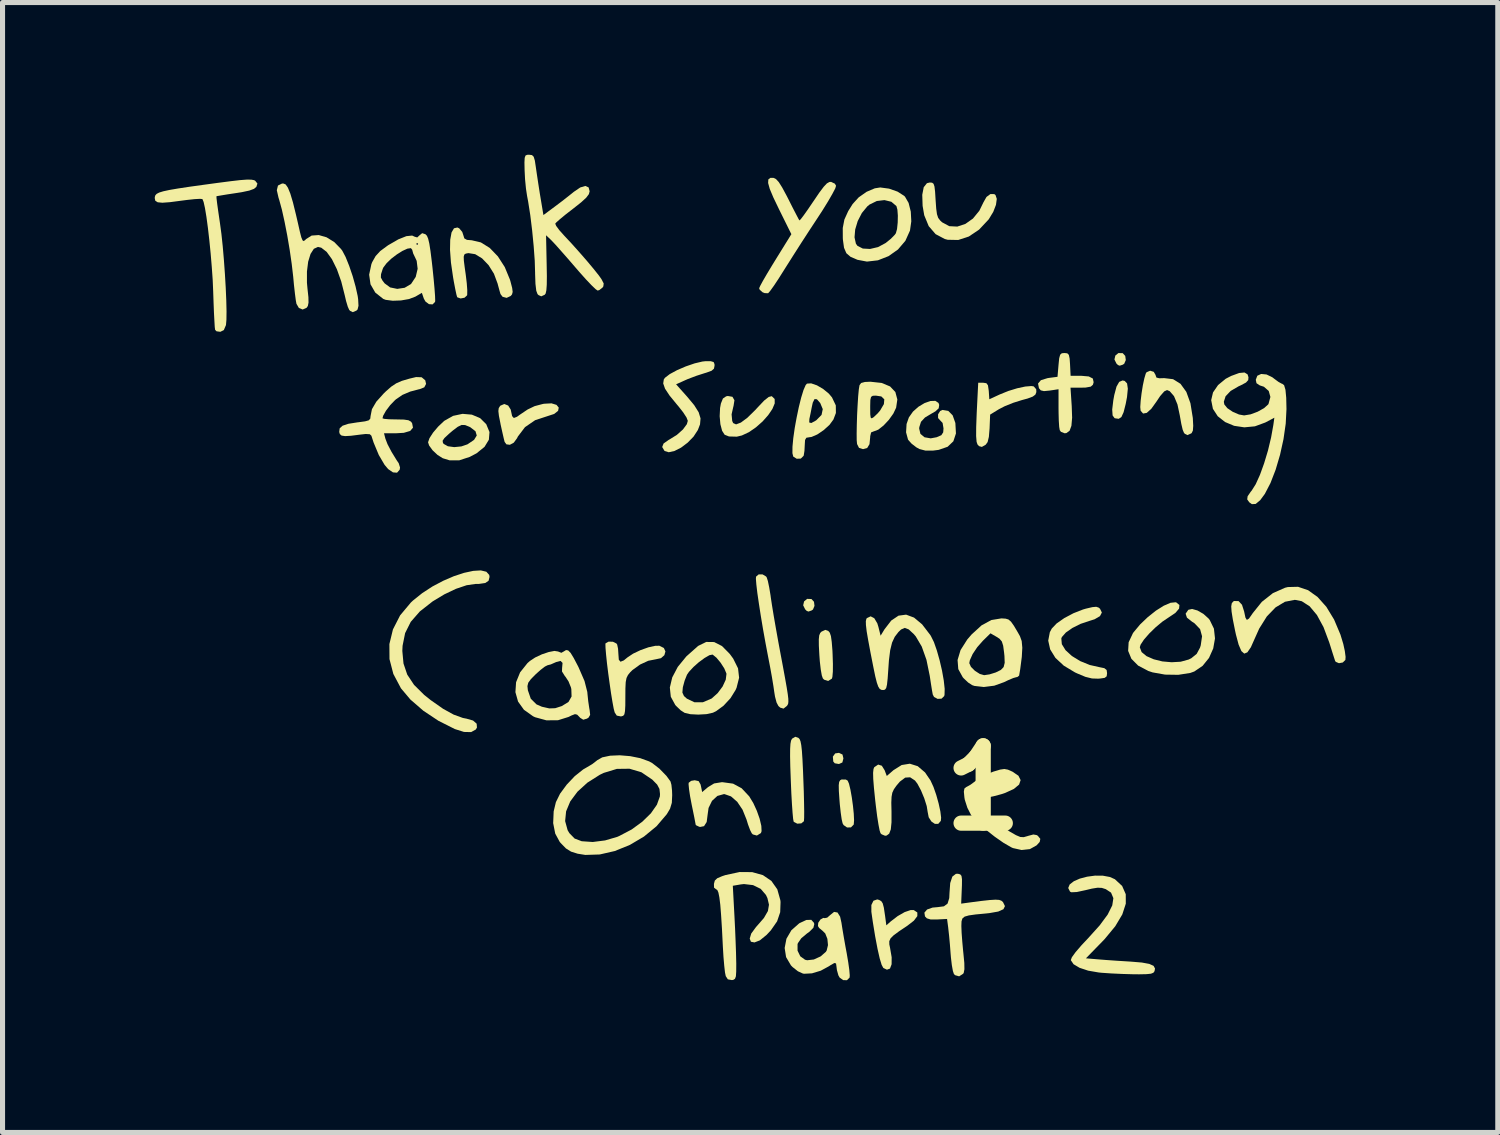
<source format=kicad_pcb>
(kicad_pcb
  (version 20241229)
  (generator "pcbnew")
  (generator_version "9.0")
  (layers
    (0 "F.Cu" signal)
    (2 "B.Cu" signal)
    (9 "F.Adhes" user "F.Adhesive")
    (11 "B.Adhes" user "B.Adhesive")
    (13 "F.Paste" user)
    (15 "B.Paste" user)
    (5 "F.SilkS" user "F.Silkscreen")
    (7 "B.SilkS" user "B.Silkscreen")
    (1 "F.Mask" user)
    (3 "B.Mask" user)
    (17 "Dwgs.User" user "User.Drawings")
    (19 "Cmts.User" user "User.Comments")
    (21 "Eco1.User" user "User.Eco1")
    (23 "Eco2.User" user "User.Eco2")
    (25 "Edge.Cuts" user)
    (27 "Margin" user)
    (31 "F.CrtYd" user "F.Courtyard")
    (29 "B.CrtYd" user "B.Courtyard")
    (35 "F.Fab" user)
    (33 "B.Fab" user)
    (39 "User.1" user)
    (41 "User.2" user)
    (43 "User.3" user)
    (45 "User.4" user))
  (footprint "1"
    (layer "F.Cu")
    (at 16.329 12.485)
    (property "Reference" "1" (at 0 0 0) (layer "F.SilkS") (effects (font (size 1.524 1.524) (thickness 0.3))))
    (attr board_only exclude_from_pos_files exclude_from_bom)
    (fp_poly (pts (xy -2.773 -0.663) (xy -2.755 -0.586) (xy -2.776 -0.506) (xy -2.843 -0.476) (xy -2.925 -0.49) (xy -2.955 -0.525) (xy -2.963 -0.622) (xy -2.917 -0.685) (xy -2.843 -0.696)) (stroke (width 0) (type solid)) (fill yes) (layer "F.SilkS"))
    (fp_poly (pts (xy -3.385 -3.728) (xy -3.335 -3.674) (xy -3.325 -3.593) (xy -3.355 -3.521) (xy -3.383 -3.502) (xy -3.444 -3.481) (xy -3.478 -3.494) (xy -3.509 -3.525) (xy -3.548 -3.604) (xy -3.53 -3.681) (xy -3.47 -3.731)) (stroke (width 0) (type solid)) (fill yes) (layer "F.SilkS"))
    (fp_poly (pts (xy 2.75 -8.574) (xy 2.8 -8.52) (xy 2.811 -8.438) (xy 2.78 -8.366) (xy 2.752 -8.347) (xy 2.691 -8.327) (xy 2.657 -8.34) (xy 2.626 -8.37) (xy 2.587 -8.45) (xy 2.605 -8.527) (xy 2.665 -8.576)) (stroke (width 0) (type solid)) (fill yes) (layer "F.SilkS"))
    (fp_poly (pts (xy 2.789 -8.027) (xy 2.836 -7.978) (xy 2.851 -7.874) (xy 2.835 -7.709) (xy 2.809 -7.573) (xy 2.768 -7.411) (xy 2.725 -7.316) (xy 2.672 -7.28) (xy 2.6 -7.29) (xy 2.589 -7.294) (xy 2.551 -7.346) (xy 2.543 -7.463) (xy 2.565 -7.646) (xy 2.584 -7.75) (xy 2.628 -7.915) (xy 2.681 -8.008) (xy 2.747 -8.036)) (stroke (width 0) (type solid)) (fill yes) (layer "F.SilkS"))
    (fp_poly (pts (xy -3.054 -3.1) (xy -3.024 -3.065) (xy -3.001 -2.997) (xy -2.985 -2.882) (xy -2.971 -2.706) (xy -2.968 -2.634) (xy -2.962 -2.45) (xy -2.963 -2.298) (xy -2.972 -2.194) (xy -2.982 -2.159) (xy -3.055 -2.113) (xy -3.135 -2.138) (xy -3.16 -2.163) (xy -3.181 -2.222) (xy -3.202 -2.341) (xy -3.22 -2.499) (xy -3.229 -2.623) (xy -3.239 -2.809) (xy -3.24 -2.933) (xy -3.232 -3.011) (xy -3.212 -3.059) (xy -3.187 -3.085) (xy -3.111 -3.12)) (stroke (width 0) (type solid)) (fill yes) (layer "F.SilkS"))
    (fp_poly (pts (xy -2.707 -0.17) (xy -2.671 -0.148) (xy -2.645 -0.088) (xy -2.617 0.028) (xy -2.59 0.18) (xy -2.567 0.346) (xy -2.551 0.504) (xy -2.545 0.634) (xy -2.551 0.714) (xy -2.553 0.719) (xy -2.606 0.773) (xy -2.683 0.775) (xy -2.751 0.728) (xy -2.771 0.693) (xy -2.789 0.615) (xy -2.808 0.483) (xy -2.826 0.318) (xy -2.833 0.23) (xy -2.845 0.055) (xy -2.847 -0.058) (xy -2.839 -0.123) (xy -2.818 -0.157) (xy -2.791 -0.171)) (stroke (width 0) (type solid)) (fill yes) (layer "F.SilkS"))
    (fp_poly (pts (xy -3.643 -0.992) (xy -3.619 -0.968) (xy -3.601 -0.924) (xy -3.586 -0.849) (xy -3.573 -0.733) (xy -3.562 -0.566) (xy -3.551 -0.337) (xy -3.545 -0.175) (xy -3.536 0.066) (xy -3.531 0.281) (xy -3.528 0.459) (xy -3.529 0.585) (xy -3.533 0.649) (xy -3.534 0.652) (xy -3.585 0.694) (xy -3.664 0.7) (xy -3.73 0.666) (xy -3.736 0.658) (xy -3.746 0.606) (xy -3.757 0.489) (xy -3.769 0.32) (xy -3.781 0.11) (xy -3.791 -0.126) (xy -3.792 -0.153) (xy -3.802 -0.425) (xy -3.806 -0.629) (xy -3.805 -0.775) (xy -3.799 -0.874) (xy -3.787 -0.937) (xy -3.769 -0.972) (xy -3.766 -0.976) (xy -3.702 -1.013)) (stroke (width 0) (type solid)) (fill yes) (layer "F.SilkS"))
    (fp_poly (pts (xy -8.41 -7.555) (xy -8.366 -7.501) (xy -8.379 -7.437) (xy -8.456 -7.376) (xy -8.572 -7.338) (xy -8.831 -7.253) (xy -9.031 -7.116) (xy -9.172 -6.93) (xy -9.188 -6.897) (xy -9.252 -6.81) (xy -9.329 -6.768) (xy -9.398 -6.777) (xy -9.433 -6.826) (xy -9.451 -6.898) (xy -9.479 -7.021) (xy -9.512 -7.17) (xy -9.515 -7.188) (xy -9.545 -7.338) (xy -9.556 -7.433) (xy -9.549 -7.49) (xy -9.524 -7.53) (xy -9.516 -7.539) (xy -9.439 -7.572) (xy -9.363 -7.542) (xy -9.313 -7.463) (xy -9.308 -7.44) (xy -9.285 -7.333) (xy -9.251 -7.296) (xy -9.189 -7.32) (xy -9.135 -7.359) (xy -8.979 -7.464) (xy -8.841 -7.53) (xy -8.682 -7.572) (xy -8.657 -7.577) (xy -8.509 -7.585)) (stroke (width 0) (type solid)) (fill yes) (layer "F.SilkS"))
    (fp_poly (pts (xy -4.942 -7.714) (xy -4.903 -7.646) (xy -4.921 -7.531) (xy -4.925 -7.519) (xy -4.959 -7.368) (xy -4.947 -7.238) (xy -4.928 -7.196) (xy -4.871 -7.17) (xy -4.776 -7.206) (xy -4.649 -7.3) (xy -4.496 -7.45) (xy -4.443 -7.507) (xy -4.317 -7.64) (xy -4.227 -7.711) (xy -4.169 -7.726) (xy -4.166 -7.725) (xy -4.11 -7.671) (xy -4.109 -7.584) (xy -4.155 -7.474) (xy -4.238 -7.352) (xy -4.348 -7.228) (xy -4.478 -7.113) (xy -4.617 -7.017) (xy -4.756 -6.952) (xy -4.856 -6.928) (xy -5.01 -6.932) (xy -5.096 -6.966) (xy -5.146 -7.044) (xy -5.18 -7.174) (xy -5.194 -7.332) (xy -5.186 -7.494) (xy -5.17 -7.581) (xy -5.13 -7.68) (xy -5.067 -7.723) (xy -5.034 -7.73)) (stroke (width 0) (type solid)) (fill yes) (layer "F.SilkS"))
    (fp_poly (pts (xy 0.063 -7.982) (xy 0.094 -7.94) (xy 0.108 -7.844) (xy 0.11 -7.828) (xy 0.121 -7.665) (xy 0.324 -7.759) (xy 0.494 -7.828) (xy 0.67 -7.882) (xy 0.829 -7.916) (xy 0.95 -7.926) (xy 0.996 -7.919) (xy 1.045 -7.863) (xy 1.048 -7.807) (xy 1.029 -7.757) (xy 0.977 -7.718) (xy 0.876 -7.68) (xy 0.762 -7.649) (xy 0.593 -7.596) (xy 0.426 -7.529) (xy 0.313 -7.471) (xy 0.137 -7.363) (xy 0.126 -7.091) (xy 0.112 -6.924) (xy 0.087 -6.821) (xy 0.05 -6.77) (xy -0.026 -6.726) (xy -0.081 -6.741) (xy -0.112 -6.774) (xy -0.13 -6.827) (xy -0.139 -6.939) (xy -0.138 -7.114) (xy -0.129 -7.36) (xy -0.127 -7.409) (xy -0.098 -7.991) (xy 0 -7.991)) (stroke (width 0) (type solid)) (fill yes) (layer "F.SilkS"))
    (fp_poly (pts (xy -2.051 2.203) (xy -2.009 2.227) (xy -1.98 2.271) (xy -1.958 2.355) (xy -1.937 2.496) (xy -1.934 2.515) (xy -1.909 2.704) (xy -1.824 2.628) (xy -1.686 2.522) (xy -1.548 2.443) (xy -1.431 2.403) (xy -1.368 2.403) (xy -1.298 2.45) (xy -1.298 2.522) (xy -1.366 2.612) (xy -1.495 2.712) (xy -1.658 2.821) (xy -1.765 2.9) (xy -1.826 2.961) (xy -1.851 3.017) (xy -1.85 3.08) (xy -1.836 3.146) (xy -1.804 3.332) (xy -1.805 3.471) (xy -1.837 3.556) (xy -1.897 3.578) (xy -1.968 3.544) (xy -2.001 3.484) (xy -2.04 3.355) (xy -2.083 3.165) (xy -2.129 2.922) (xy -2.176 2.634) (xy -2.204 2.437) (xy -2.204 2.303) (xy -2.163 2.219) (xy -2.089 2.193)) (stroke (width 0) (type solid)) (fill yes) (layer "F.SilkS"))
    (fp_poly (pts (xy -1.007 -11.934) (xy -0.978 -11.912) (xy -0.96 -11.858) (xy -0.948 -11.755) (xy -0.938 -11.593) (xy -0.926 -11.424) (xy -0.911 -11.313) (xy -0.887 -11.241) (xy -0.847 -11.188) (xy -0.809 -11.153) (xy -0.668 -11.077) (xy -0.511 -11.069) (xy -0.352 -11.121) (xy -0.202 -11.227) (xy -0.076 -11.381) (xy 0.005 -11.547) (xy 0.065 -11.653) (xy 0.142 -11.71) (xy 0.219 -11.709) (xy 0.243 -11.691) (xy 0.268 -11.615) (xy 0.252 -11.498) (xy 0.199 -11.36) (xy 0.115 -11.221) (xy 0.105 -11.207) (xy -0.081 -11.009) (xy -0.283 -10.873) (xy -0.492 -10.805) (xy -0.699 -10.809) (xy -0.757 -10.824) (xy -0.938 -10.92) (xy -1.074 -11.078) (xy -1.162 -11.292) (xy -1.194 -11.478) (xy -1.201 -11.696) (xy -1.172 -11.845) (xy -1.109 -11.924) (xy -1.052 -11.938)) (stroke (width 0) (type solid)) (fill yes) (layer "F.SilkS"))
    (fp_poly (pts (xy -4.279 -4.172) (xy -4.266 -4.152) (xy -4.244 -4.083) (xy -4.218 -3.959) (xy -4.192 -3.804) (xy -4.185 -3.751) (xy -4.162 -3.6) (xy -4.128 -3.393) (xy -4.086 -3.151) (xy -4.04 -2.894) (xy -4.007 -2.716) (xy -3.949 -2.408) (xy -3.905 -2.168) (xy -3.873 -1.987) (xy -3.852 -1.854) (xy -3.841 -1.762) (xy -3.84 -1.701) (xy -3.845 -1.662) (xy -3.858 -1.636) (xy -3.87 -1.62) (xy -3.935 -1.568) (xy -4 -1.587) (xy -4.036 -1.619) (xy -4.072 -1.687) (xy -4.103 -1.803) (xy -4.117 -1.889) (xy -4.135 -2.013) (xy -4.164 -2.19) (xy -4.201 -2.394) (xy -4.238 -2.585) (xy -4.289 -2.853) (xy -4.338 -3.125) (xy -4.382 -3.388) (xy -4.42 -3.632) (xy -4.451 -3.844) (xy -4.471 -4.013) (xy -4.48 -4.126) (xy -4.477 -4.169) (xy -4.426 -4.213) (xy -4.348 -4.213)) (stroke (width 0) (type solid)) (fill yes) (layer "F.SilkS"))
    (fp_poly (pts (xy 1.658 -8.571) (xy 1.688 -8.541) (xy 1.704 -8.468) (xy 1.712 -8.353) (xy 1.723 -8.128) (xy 1.932 -8.128) (xy 2.081 -8.115) (xy 2.161 -8.074) (xy 2.177 -8.001) (xy 2.163 -7.952) (xy 2.12 -7.914) (xy 2.019 -7.896) (xy 1.931 -7.894) (xy 1.721 -7.894) (xy 1.745 -7.53) (xy 1.753 -7.302) (xy 1.739 -7.142) (xy 1.703 -7.044) (xy 1.641 -6.999) (xy 1.605 -6.995) (xy 1.532 -7.024) (xy 1.509 -7.057) (xy 1.498 -7.121) (xy 1.49 -7.243) (xy 1.486 -7.401) (xy 1.485 -7.491) (xy 1.485 -7.863) (xy 1.312 -7.837) (xy 1.198 -7.826) (xy 1.135 -7.841) (xy 1.099 -7.884) (xy 1.081 -7.975) (xy 1.137 -8.041) (xy 1.266 -8.081) (xy 1.296 -8.086) (xy 1.465 -8.108) (xy 1.485 -8.343) (xy 1.498 -8.473) (xy 1.517 -8.543) (xy 1.549 -8.572) (xy 1.602 -8.577)) (stroke (width 0) (type solid)) (fill yes) (layer "F.SilkS"))
    (fp_poly (pts (xy 2.276 -3.559) (xy 2.303 -3.536) (xy 2.339 -3.462) (xy 2.302 -3.391) (xy 2.196 -3.329) (xy 2.098 -3.298) (xy 1.921 -3.239) (xy 1.759 -3.158) (xy 1.63 -3.068) (xy 1.552 -2.98) (xy 1.54 -2.951) (xy 1.55 -2.838) (xy 1.623 -2.72) (xy 1.748 -2.605) (xy 1.911 -2.505) (xy 2.1 -2.428) (xy 2.286 -2.386) (xy 2.388 -2.365) (xy 2.433 -2.329) (xy 2.442 -2.266) (xy 2.434 -2.205) (xy 2.395 -2.174) (xy 2.306 -2.161) (xy 2.266 -2.158) (xy 2.145 -2.162) (xy 2.015 -2.194) (xy 1.852 -2.262) (xy 1.809 -2.282) (xy 1.588 -2.415) (xy 1.423 -2.569) (xy 1.32 -2.736) (xy 1.282 -2.908) (xy 1.314 -3.075) (xy 1.352 -3.146) (xy 1.448 -3.247) (xy 1.598 -3.352) (xy 1.779 -3.448) (xy 1.968 -3.522) (xy 2.023 -3.538) (xy 2.151 -3.568) (xy 2.228 -3.575)) (stroke (width 0) (type solid)) (fill yes) (layer "F.SilkS"))
    (fp_poly (pts (xy -10.078 -7.362) (xy -9.915 -7.293) (xy -9.795 -7.174) (xy -9.731 -7.019) (xy -9.743 -6.868) (xy -9.829 -6.727) (xy -9.986 -6.6) (xy -10.121 -6.529) (xy -10.33 -6.461) (xy -10.518 -6.462) (xy -10.652 -6.503) (xy -10.755 -6.568) (xy -10.852 -6.659) (xy -10.921 -6.754) (xy -10.942 -6.818) (xy -10.931 -6.848) (xy -10.655 -6.848) (xy -10.648 -6.805) (xy -10.633 -6.785) (xy -10.551 -6.739) (xy -10.426 -6.722) (xy -10.285 -6.736) (xy -10.165 -6.777) (xy -10.035 -6.865) (xy -9.982 -6.951) (xy -10.007 -7.035) (xy -10.109 -7.114) (xy -10.132 -7.125) (xy -10.212 -7.157) (xy -10.28 -7.159) (xy -10.356 -7.123) (xy -10.46 -7.044) (xy -10.53 -6.984) (xy -10.619 -6.901) (xy -10.655 -6.848) (xy -10.931 -6.848) (xy -10.914 -6.898) (xy -10.843 -7.008) (xy -10.743 -7.126) (xy -10.629 -7.234) (xy -10.619 -7.242) (xy -10.449 -7.338) (xy -10.262 -7.378)) (stroke (width 0) (type solid)) (fill yes) (layer "F.SilkS"))
    (fp_poly (pts (xy 3.362 -8.206) (xy 3.399 -8.142) (xy 3.4 -8.133) (xy 3.415 -8.093) (xy 3.472 -8.079) (xy 3.569 -8.082) (xy 3.743 -8.061) (xy 3.889 -7.97) (xy 4.004 -7.811) (xy 4.085 -7.587) (xy 4.131 -7.302) (xy 4.132 -7.295) (xy 4.14 -7.141) (xy 4.133 -7.048) (xy 4.109 -6.999) (xy 4.099 -6.992) (xy 4.026 -6.959) (xy 3.975 -6.984) (xy 3.957 -7.005) (xy 3.932 -7.065) (xy 3.905 -7.18) (xy 3.879 -7.326) (xy 3.876 -7.344) (xy 3.829 -7.564) (xy 3.761 -7.727) (xy 3.677 -7.824) (xy 3.624 -7.847) (xy 3.568 -7.82) (xy 3.488 -7.728) (xy 3.417 -7.622) (xy 3.314 -7.478) (xy 3.224 -7.397) (xy 3.152 -7.384) (xy 3.103 -7.44) (xy 3.103 -7.44) (xy 3.096 -7.512) (xy 3.104 -7.635) (xy 3.122 -7.785) (xy 3.147 -7.94) (xy 3.176 -8.076) (xy 3.204 -8.171) (xy 3.22 -8.198) (xy 3.291 -8.228)) (stroke (width 0) (type solid)) (fill yes) (layer "F.SilkS"))
    (fp_poly (pts (xy -0.881 -7.593) (xy -0.867 -7.554) (xy -0.877 -7.487) (xy -0.94 -7.428) (xy -1.006 -7.39) (xy -1.147 -7.306) (xy -1.226 -7.221) (xy -1.259 -7.116) (xy -1.262 -7.088) (xy -1.237 -6.983) (xy -1.156 -6.916) (xy -1.034 -6.895) (xy -0.917 -6.917) (xy -0.825 -6.957) (xy -0.788 -7.014) (xy -0.782 -7.091) (xy -0.8 -7.199) (xy -0.843 -7.244) (xy -0.889 -7.295) (xy -0.889 -7.369) (xy -0.848 -7.434) (xy -0.801 -7.455) (xy -0.688 -7.436) (xy -0.602 -7.349) (xy -0.549 -7.2) (xy -0.548 -7.193) (xy -0.537 -6.991) (xy -0.588 -6.837) (xy -0.701 -6.729) (xy -0.877 -6.668) (xy -0.985 -6.654) (xy -1.14 -6.654) (xy -1.256 -6.684) (xy -1.316 -6.717) (xy -1.411 -6.79) (xy -1.478 -6.865) (xy -1.482 -6.873) (xy -1.52 -7.013) (xy -1.51 -7.178) (xy -1.465 -7.307) (xy -1.384 -7.422) (xy -1.276 -7.518) (xy -1.156 -7.59) (xy -1.04 -7.631) (xy -0.943 -7.634)) (stroke (width 0) (type solid)) (fill yes) (layer "F.SilkS"))
    (fp_poly (pts (xy -7.298 -2.886) (xy -7.228 -2.851) (xy -7.214 -2.83) (xy -7.197 -2.748) (xy -7.19 -2.641) (xy -7.182 -2.532) (xy -7.149 -2.492) (xy -7.084 -2.518) (xy -7.009 -2.579) (xy -6.899 -2.652) (xy -6.753 -2.721) (xy -6.599 -2.776) (xy -6.462 -2.806) (xy -6.383 -2.807) (xy -6.294 -2.763) (xy -6.263 -2.695) (xy -6.284 -2.621) (xy -6.351 -2.562) (xy -6.454 -2.54) (xy -6.601 -2.511) (xy -6.764 -2.436) (xy -6.913 -2.328) (xy -6.956 -2.286) (xy -7.001 -2.231) (xy -7.03 -2.172) (xy -7.046 -2.09) (xy -7.052 -1.966) (xy -7.053 -1.804) (xy -7.054 -1.63) (xy -7.06 -1.519) (xy -7.072 -1.456) (xy -7.096 -1.426) (xy -7.134 -1.415) (xy -7.141 -1.414) (xy -7.222 -1.43) (xy -7.263 -1.492) (xy -7.283 -1.568) (xy -7.307 -1.698) (xy -7.335 -1.869) (xy -7.363 -2.063) (xy -7.391 -2.266) (xy -7.415 -2.46) (xy -7.433 -2.632) (xy -7.444 -2.764) (xy -7.446 -2.841) (xy -7.444 -2.854) (xy -7.384 -2.888)) (stroke (width 0) (type solid)) (fill yes) (layer "F.SilkS"))
    (fp_poly (pts (xy -5.313 -8.399) (xy -5.296 -8.358) (xy -5.295 -8.327) (xy -5.307 -8.268) (xy -5.354 -8.227) (xy -5.456 -8.19) (xy -5.49 -8.18) (xy -5.652 -8.128) (xy -5.821 -8.064) (xy -5.869 -8.043) (xy -6.053 -7.96) (xy -5.84 -7.722) (xy -5.696 -7.549) (xy -5.608 -7.409) (xy -5.571 -7.288) (xy -5.581 -7.171) (xy -5.624 -7.059) (xy -5.709 -6.929) (xy -5.825 -6.81) (xy -5.955 -6.712) (xy -6.085 -6.646) (xy -6.198 -6.621) (xy -6.279 -6.646) (xy -6.282 -6.649) (xy -6.327 -6.724) (xy -6.3 -6.793) (xy -6.2 -6.864) (xy -6.183 -6.873) (xy -6.037 -6.964) (xy -5.918 -7.07) (xy -5.841 -7.174) (xy -5.822 -7.24) (xy -5.847 -7.305) (xy -5.913 -7.407) (xy -6.007 -7.527) (xy -6.037 -7.562) (xy -6.182 -7.739) (xy -6.271 -7.874) (xy -6.307 -7.977) (xy -6.295 -8.057) (xy -6.272 -8.089) (xy -6.178 -8.161) (xy -6.034 -8.239) (xy -5.862 -8.313) (xy -5.687 -8.373) (xy -5.535 -8.409) (xy -5.48 -8.415) (xy -5.368 -8.415)) (stroke (width 0) (type solid)) (fill yes) (layer "F.SilkS"))
    (fp_poly (pts (xy -5.609 -0.139) (xy -5.571 -0.074) (xy -5.563 -0.04) (xy -5.539 0.077) (xy -5.424 -0.02) (xy -5.304 -0.093) (xy -5.157 -0.117) (xy -5.134 -0.117) (xy -4.93 -0.089) (xy -4.761 0.002) (xy -4.611 0.162) (xy -4.61 0.164) (xy -4.531 0.294) (xy -4.461 0.447) (xy -4.406 0.603) (xy -4.373 0.743) (xy -4.368 0.847) (xy -4.381 0.885) (xy -4.46 0.934) (xy -4.54 0.912) (xy -4.562 0.889) (xy -4.594 0.826) (xy -4.635 0.716) (xy -4.665 0.618) (xy -4.743 0.425) (xy -4.848 0.269) (xy -4.971 0.162) (xy -5.097 0.118) (xy -5.11 0.117) (xy -5.239 0.153) (xy -5.345 0.25) (xy -5.413 0.39) (xy -5.432 0.526) (xy -5.45 0.667) (xy -5.502 0.749) (xy -5.581 0.765) (xy -5.603 0.758) (xy -5.657 0.732) (xy -5.666 0.723) (xy -5.674 0.683) (xy -5.693 0.582) (xy -5.722 0.439) (xy -5.745 0.328) (xy -5.777 0.16) (xy -5.798 0.019) (xy -5.807 -0.077) (xy -5.805 -0.106) (xy -5.756 -0.144) (xy -5.686 -0.156)) (stroke (width 0) (type solid)) (fill yes) (layer "F.SilkS"))
    (fp_poly (pts (xy -3.277 -7.94) (xy -3.154 -7.868) (xy -3.042 -7.776) (xy -2.98 -7.702) (xy -2.905 -7.545) (xy -2.903 -7.395) (xy -2.952 -7.266) (xy -3.029 -7.161) (xy -3.144 -7.057) (xy -3.271 -6.971) (xy -3.386 -6.922) (xy -3.425 -6.917) (xy -3.485 -6.907) (xy -3.511 -6.863) (xy -3.517 -6.764) (xy -3.523 -6.648) (xy -3.537 -6.559) (xy -3.541 -6.549) (xy -3.595 -6.496) (xy -3.676 -6.493) (xy -3.744 -6.536) (xy -3.76 -6.603) (xy -3.759 -6.729) (xy -3.743 -6.899) (xy -3.715 -7.096) (xy -3.695 -7.208) (xy -3.429 -7.208) (xy -3.388 -7.197) (xy -3.3 -7.245) (xy -3.288 -7.253) (xy -3.186 -7.357) (xy -3.162 -7.471) (xy -3.212 -7.591) (xy -3.277 -7.665) (xy -3.324 -7.669) (xy -3.359 -7.599) (xy -3.378 -7.513) (xy -3.402 -7.39) (xy -3.424 -7.286) (xy -3.426 -7.278) (xy -3.429 -7.208) (xy -3.695 -7.208) (xy -3.677 -7.305) (xy -3.634 -7.511) (xy -3.588 -7.696) (xy -3.542 -7.846) (xy -3.499 -7.945) (xy -3.473 -7.974) (xy -3.391 -7.979)) (stroke (width 0) (type solid)) (fill yes) (layer "F.SilkS"))
    (fp_poly (pts (xy -2.001 -7.987) (xy -1.835 -7.918) (xy -1.731 -7.808) (xy -1.692 -7.661) (xy -1.716 -7.499) (xy -1.771 -7.383) (xy -1.859 -7.26) (xy -1.964 -7.148) (xy -2.068 -7.066) (xy -2.152 -7.034) (xy -2.154 -7.034) (xy -2.209 -7.012) (xy -2.227 -6.936) (xy -2.227 -6.92) (xy -2.241 -6.78) (xy -2.287 -6.704) (xy -2.368 -6.682) (xy -2.448 -6.708) (xy -2.486 -6.783) (xy -2.493 -6.858) (xy -2.494 -6.992) (xy -2.491 -7.165) (xy -2.485 -7.358) (xy -2.478 -7.498) (xy -2.227 -7.498) (xy -2.226 -7.368) (xy -2.217 -7.303) (xy -2.197 -7.289) (xy -2.159 -7.312) (xy -2.159 -7.312) (xy -2.079 -7.388) (xy -2.032 -7.443) (xy -1.957 -7.57) (xy -1.949 -7.664) (xy -2.008 -7.721) (xy -2.115 -7.737) (xy -2.177 -7.734) (xy -2.21 -7.712) (xy -2.224 -7.653) (xy -2.227 -7.538) (xy -2.227 -7.498) (xy -2.478 -7.498) (xy -2.475 -7.551) (xy -2.464 -7.726) (xy -2.451 -7.863) (xy -2.438 -7.942) (xy -2.406 -7.986) (xy -2.332 -8.006) (xy -2.223 -8.011)) (stroke (width 0) (type solid)) (fill yes) (layer "F.SilkS"))
    (fp_poly (pts (xy -9.793 -4.266) (xy -9.736 -4.203) (xy -9.73 -4.163) (xy -9.749 -4.088) (xy -9.814 -4.044) (xy -9.938 -4.026) (xy -10.008 -4.025) (xy -10.181 -4) (xy -10.392 -3.929) (xy -10.621 -3.82) (xy -10.85 -3.682) (xy -10.853 -3.68) (xy -11.104 -3.483) (xy -11.283 -3.278) (xy -11.394 -3.056) (xy -11.444 -2.807) (xy -11.449 -2.705) (xy -11.426 -2.457) (xy -11.352 -2.238) (xy -11.218 -2.036) (xy -11.019 -1.839) (xy -10.889 -1.735) (xy -10.645 -1.564) (xy -10.438 -1.45) (xy -10.256 -1.384) (xy -10.184 -1.37) (xy -10.055 -1.333) (xy -9.984 -1.271) (xy -9.978 -1.195) (xy -10.001 -1.156) (xy -10.093 -1.105) (xy -10.233 -1.108) (xy -10.414 -1.165) (xy -10.739 -1.329) (xy -11.036 -1.527) (xy -11.289 -1.746) (xy -11.476 -1.968) (xy -11.626 -2.251) (xy -11.702 -2.544) (xy -11.704 -2.84) (xy -11.634 -3.129) (xy -11.493 -3.405) (xy -11.281 -3.659) (xy -11.238 -3.699) (xy -11.057 -3.844) (xy -10.856 -3.975) (xy -10.644 -4.087) (xy -10.433 -4.178) (xy -10.232 -4.244) (xy -10.051 -4.283) (xy -9.902 -4.292)) (stroke (width 0) (type solid)) (fill yes) (layer "F.SilkS"))
    (fp_poly (pts (xy -10.328 -11.035) (xy -10.268 -10.964) (xy -10.246 -10.898) (xy -10.227 -10.836) (xy -10.175 -10.807) (xy -10.08 -10.799) (xy -9.901 -10.757) (xy -9.726 -10.648) (xy -9.566 -10.482) (xy -9.43 -10.271) (xy -9.328 -10.024) (xy -9.318 -9.99) (xy -9.284 -9.859) (xy -9.274 -9.781) (xy -9.287 -9.732) (xy -9.313 -9.701) (xy -9.393 -9.664) (xy -9.473 -9.685) (xy -9.514 -9.739) (xy -9.534 -9.807) (xy -9.563 -9.914) (xy -9.571 -9.945) (xy -9.643 -10.139) (xy -9.749 -10.309) (xy -9.877 -10.442) (xy -10.013 -10.525) (xy -10.145 -10.546) (xy -10.152 -10.545) (xy -10.199 -10.536) (xy -10.227 -10.518) (xy -10.239 -10.475) (xy -10.236 -10.395) (xy -10.219 -10.262) (xy -10.198 -10.114) (xy -10.179 -9.954) (xy -10.169 -9.818) (xy -10.17 -9.73) (xy -10.173 -9.713) (xy -10.223 -9.667) (xy -10.3 -9.652) (xy -10.363 -9.674) (xy -10.369 -9.681) (xy -10.383 -9.73) (xy -10.406 -9.838) (xy -10.434 -9.985) (xy -10.449 -10.072) (xy -10.491 -10.363) (xy -10.509 -10.61) (xy -10.505 -10.809) (xy -10.479 -10.953) (xy -10.431 -11.035) (xy -10.364 -11.051)) (stroke (width 0) (type solid)) (fill yes) (layer "F.SilkS"))
    (fp_poly (pts (xy -1.29 -0.433) (xy -1.146 -0.31) (xy -1.038 -0.151) (xy -0.98 -0.025) (xy -0.925 0.133) (xy -0.878 0.302) (xy -0.844 0.459) (xy -0.829 0.583) (xy -0.835 0.645) (xy -0.885 0.703) (xy -0.952 0.704) (xy -1.021 0.657) (xy -1.074 0.574) (xy -1.094 0.471) (xy -1.113 0.353) (xy -1.161 0.201) (xy -1.226 0.044) (xy -1.296 -0.087) (xy -1.344 -0.15) (xy -1.44 -0.214) (xy -1.537 -0.208) (xy -1.642 -0.129) (xy -1.71 -0.049) (xy -1.76 0.022) (xy -1.791 0.089) (xy -1.806 0.171) (xy -1.811 0.289) (xy -1.807 0.463) (xy -1.807 0.672) (xy -1.821 0.813) (xy -1.853 0.897) (xy -1.903 0.934) (xy -1.934 0.938) (xy -2.001 0.91) (xy -2.023 0.889) (xy -2.041 0.835) (xy -2.064 0.717) (xy -2.09 0.552) (xy -2.115 0.353) (xy -2.128 0.241) (xy -2.153 -0.004) (xy -2.167 -0.181) (xy -2.17 -0.302) (xy -2.162 -0.377) (xy -2.147 -0.413) (xy -2.07 -0.465) (xy -1.998 -0.442) (xy -1.943 -0.354) (xy -1.9 -0.24) (xy -1.769 -0.354) (xy -1.607 -0.456) (xy -1.446 -0.482)) (stroke (width 0) (type solid)) (fill yes) (layer "F.SilkS"))
    (fp_poly (pts (xy -4.084 -12.006) (xy -4.029 -11.946) (xy -3.961 -11.838) (xy -3.871 -11.671) (xy -3.84 -11.61) (xy -3.759 -11.449) (xy -3.69 -11.316) (xy -3.642 -11.224) (xy -3.622 -11.19) (xy -3.596 -11.214) (xy -3.536 -11.293) (xy -3.451 -11.413) (xy -3.35 -11.562) (xy -3.345 -11.569) (xy -3.229 -11.74) (xy -3.143 -11.854) (xy -3.081 -11.92) (xy -3.031 -11.948) (xy -2.998 -11.95) (xy -2.924 -11.915) (xy -2.9 -11.874) (xy -2.916 -11.821) (xy -2.971 -11.716) (xy -3.055 -11.57) (xy -3.163 -11.395) (xy -3.271 -11.229) (xy -3.423 -10.998) (xy -3.584 -10.75) (xy -3.739 -10.507) (xy -3.874 -10.294) (xy -3.927 -10.21) (xy -4.031 -10.045) (xy -4.123 -9.906) (xy -4.195 -9.806) (xy -4.237 -9.757) (xy -4.241 -9.755) (xy -4.308 -9.758) (xy -4.35 -9.775) (xy -4.405 -9.825) (xy -4.416 -9.853) (xy -4.396 -9.899) (xy -4.342 -9.999) (xy -4.26 -10.14) (xy -4.158 -10.309) (xy -4.098 -10.407) (xy -3.781 -10.919) (xy -4.026 -11.414) (xy -4.136 -11.643) (xy -4.207 -11.812) (xy -4.239 -11.928) (xy -4.235 -11.998) (xy -4.195 -12.029) (xy -4.133 -12.029)) (stroke (width 0) (type solid)) (fill yes) (layer "F.SilkS"))
    (fp_poly (pts (xy 6.404 -3.902) (xy 6.591 -3.768) (xy 6.764 -3.574) (xy 6.916 -3.324) (xy 7.042 -3.026) (xy 7.098 -2.841) (xy 7.128 -2.703) (xy 7.143 -2.588) (xy 7.139 -2.527) (xy 7.088 -2.477) (xy 7.012 -2.463) (xy 6.949 -2.49) (xy 6.936 -2.511) (xy 6.917 -2.569) (xy 6.881 -2.681) (xy 6.836 -2.825) (xy 6.821 -2.872) (xy 6.708 -3.174) (xy 6.578 -3.413) (xy 6.434 -3.585) (xy 6.279 -3.685) (xy 6.143 -3.712) (xy 5.948 -3.674) (xy 5.763 -3.563) (xy 5.591 -3.385) (xy 5.44 -3.144) (xy 5.353 -2.95) (xy 5.276 -2.777) (xy 5.207 -2.677) (xy 5.146 -2.652) (xy 5.089 -2.702) (xy 5.035 -2.828) (xy 4.981 -3.03) (xy 4.965 -3.104) (xy 4.921 -3.323) (xy 4.896 -3.479) (xy 4.889 -3.582) (xy 4.9 -3.645) (xy 4.929 -3.68) (xy 4.948 -3.689) (xy 5.034 -3.687) (xy 5.101 -3.615) (xy 5.143 -3.484) (xy 5.169 -3.362) (xy 5.197 -3.316) (xy 5.239 -3.343) (xy 5.307 -3.44) (xy 5.311 -3.447) (xy 5.492 -3.672) (xy 5.71 -3.844) (xy 5.949 -3.95) (xy 6.005 -3.964) (xy 6.206 -3.969)) (stroke (width 0) (type solid)) (fill yes) (layer "F.SilkS"))
    (fp_poly (pts (xy -1.856 -11.817) (xy -1.688 -11.758) (xy -1.558 -11.675) (xy -1.541 -11.658) (xy -1.47 -11.535) (xy -1.427 -11.364) (xy -1.417 -11.173) (xy -1.443 -10.99) (xy -1.534 -10.788) (xy -1.68 -10.617) (xy -1.866 -10.486) (xy -2.075 -10.404) (xy -2.291 -10.379) (xy -2.477 -10.414) (xy -2.613 -10.472) (xy -2.697 -10.544) (xy -2.743 -10.651) (xy -2.765 -10.811) (xy -2.767 -10.844) (xy -2.767 -10.857) (xy -2.536 -10.857) (xy -2.509 -10.733) (xy -2.479 -10.69) (xy -2.373 -10.636) (xy -2.23 -10.628) (xy -2.072 -10.665) (xy -1.923 -10.745) (xy -1.923 -10.745) (xy -1.82 -10.828) (xy -1.742 -10.908) (xy -1.721 -10.938) (xy -1.698 -11.021) (xy -1.685 -11.147) (xy -1.682 -11.284) (xy -1.691 -11.403) (xy -1.71 -11.473) (xy -1.81 -11.558) (xy -1.946 -11.591) (xy -2.097 -11.573) (xy -2.24 -11.503) (xy -2.283 -11.468) (xy -2.391 -11.337) (xy -2.473 -11.178) (xy -2.523 -11.011) (xy -2.536 -10.857) (xy -2.767 -10.857) (xy -2.768 -11.041) (xy -2.736 -11.207) (xy -2.661 -11.373) (xy -2.573 -11.514) (xy -2.454 -11.645) (xy -2.299 -11.754) (xy -2.137 -11.823) (xy -2.029 -11.84)) (stroke (width 0) (type solid)) (fill yes) (layer "F.SilkS"))
    (fp_poly (pts (xy -5.303 -2.88) (xy -5.148 -2.801) (xy -4.995 -2.646) (xy -4.927 -2.553) (xy -4.832 -2.362) (xy -4.811 -2.177) (xy -4.861 -1.979) (xy -4.881 -1.934) (xy -4.981 -1.773) (xy -5.117 -1.626) (xy -5.265 -1.517) (xy -5.327 -1.487) (xy -5.454 -1.459) (xy -5.616 -1.45) (xy -5.773 -1.458) (xy -5.884 -1.484) (xy -5.962 -1.534) (xy -6.051 -1.619) (xy -6.07 -1.641) (xy -6.157 -1.801) (xy -6.166 -1.885) (xy -5.929 -1.885) (xy -5.898 -1.816) (xy -5.84 -1.764) (xy -5.691 -1.693) (xy -5.525 -1.693) (xy -5.357 -1.765) (xy -5.35 -1.769) (xy -5.233 -1.874) (xy -5.136 -2.004) (xy -5.074 -2.138) (xy -5.06 -2.252) (xy -5.062 -2.262) (xy -5.103 -2.36) (xy -5.175 -2.472) (xy -5.257 -2.571) (xy -5.329 -2.63) (xy -5.335 -2.633) (xy -5.396 -2.621) (xy -5.491 -2.566) (xy -5.603 -2.484) (xy -5.711 -2.388) (xy -5.799 -2.293) (xy -5.838 -2.236) (xy -5.885 -2.118) (xy -5.92 -1.988) (xy -5.92 -1.987) (xy -5.929 -1.885) (xy -6.166 -1.885) (xy -6.176 -1.984) (xy -6.129 -2.183) (xy -6.02 -2.39) (xy -5.851 -2.597) (xy -5.627 -2.796) (xy -5.612 -2.807) (xy -5.459 -2.882)) (stroke (width 0) (type solid)) (fill yes) (layer "F.SilkS"))
    (fp_poly (pts (xy 0.487 -0.365) (xy 0.573 -0.327) (xy 0.576 -0.326) (xy 0.695 -0.245) (xy 0.738 -0.159) (xy 0.708 -0.071) (xy 0.605 0.015) (xy 0.433 0.094) (xy 0.361 0.118) (xy 0.212 0.158) (xy 0.078 0.186) (xy -0.004 0.195) (xy -0.093 0.213) (xy -0.117 0.257) (xy -0.088 0.322) (xy -0.008 0.419) (xy 0.108 0.534) (xy 0.246 0.655) (xy 0.391 0.768) (xy 0.525 0.857) (xy 0.648 0.927) (xy 0.731 0.962) (xy 0.798 0.966) (xy 0.873 0.945) (xy 0.884 0.941) (xy 0.989 0.913) (xy 1.055 0.925) (xy 1.077 0.939) (xy 1.126 0.999) (xy 1.114 1.06) (xy 1.052 1.128) (xy 0.921 1.201) (xy 0.757 1.219) (xy 0.587 1.181) (xy 0.552 1.165) (xy 0.4 1.077) (xy 0.228 0.957) (xy 0.056 0.821) (xy -0.097 0.686) (xy -0.21 0.567) (xy -0.24 0.528) (xy -0.312 0.386) (xy -0.363 0.227) (xy -0.37 0.185) (xy -0.381 0.069) (xy -0.37 0.007) (xy -0.333 -0.023) (xy -0.325 -0.026) (xy -0.25 -0.068) (xy -0.154 -0.139) (xy -0.134 -0.155) (xy -0.028 -0.226) (xy 0.115 -0.294) (xy 0.207 -0.328) (xy 0.334 -0.366) (xy 0.417 -0.378)) (stroke (width 0) (type solid)) (fill yes) (layer "F.SilkS"))
    (fp_poly (pts (xy 0.368 -3.346) (xy 0.443 -3.341) (xy 0.499 -3.324) (xy 0.549 -3.281) (xy 0.606 -3.2) (xy 0.683 -3.07) (xy 0.725 -2.995) (xy 0.759 -2.9) (xy 0.771 -2.768) (xy 0.761 -2.587) (xy 0.73 -2.346) (xy 0.708 -2.218) (xy 0.672 -2.19) (xy 0.655 -2.188) (xy 0.594 -2.171) (xy 0.492 -2.128) (xy 0.413 -2.09) (xy 0.219 -2.02) (xy 0.013 -1.994) (xy -0.172 -2.015) (xy -0.218 -2.031) (xy -0.296 -2.082) (xy -0.385 -2.166) (xy -0.404 -2.188) (xy -0.491 -2.347) (xy -0.5 -2.464) (xy -0.274 -2.464) (xy -0.241 -2.391) (xy -0.163 -2.313) (xy -0.066 -2.251) (xy 0.019 -2.227) (xy 0.126 -2.243) (xy 0.245 -2.28) (xy 0.25 -2.282) (xy 0.348 -2.33) (xy 0.403 -2.387) (xy 0.424 -2.471) (xy 0.419 -2.605) (xy 0.412 -2.671) (xy 0.394 -2.808) (xy 0.367 -2.892) (xy 0.322 -2.945) (xy 0.265 -2.982) (xy 0.144 -3.052) (xy -0.005 -2.906) (xy -0.117 -2.779) (xy -0.208 -2.643) (xy -0.263 -2.521) (xy -0.274 -2.464) (xy -0.5 -2.464) (xy -0.505 -2.526) (xy -0.446 -2.722) (xy -0.314 -2.93) (xy -0.229 -3.029) (xy -0.032 -3.209) (xy 0.161 -3.314) (xy 0.357 -3.346)) (stroke (width 0) (type solid)) (fill yes) (layer "F.SilkS"))
    (fp_poly (pts (xy 2.359 1.725) (xy 2.498 1.751) (xy 2.596 1.795) (xy 2.739 1.928) (xy 2.81 2.09) (xy 2.811 2.277) (xy 2.742 2.489) (xy 2.603 2.722) (xy 2.395 2.974) (xy 2.34 3.031) (xy 2.025 3.354) (xy 2.273 3.375) (xy 2.426 3.387) (xy 2.624 3.401) (xy 2.831 3.414) (xy 2.911 3.419) (xy 3.128 3.437) (xy 3.274 3.464) (xy 3.358 3.502) (xy 3.387 3.555) (xy 3.377 3.608) (xy 3.355 3.638) (xy 3.307 3.657) (xy 3.219 3.666) (xy 3.075 3.669) (xy 2.956 3.668) (xy 2.747 3.662) (xy 2.528 3.652) (xy 2.337 3.639) (xy 2.277 3.633) (xy 2.069 3.597) (xy 1.9 3.541) (xy 1.781 3.47) (xy 1.727 3.39) (xy 1.727 3.389) (xy 1.748 3.333) (xy 1.821 3.232) (xy 1.939 3.095) (xy 2.068 2.958) (xy 2.295 2.706) (xy 2.454 2.491) (xy 2.544 2.311) (xy 2.566 2.168) (xy 2.52 2.059) (xy 2.417 1.991) (xy 2.339 1.966) (xy 2.256 1.962) (xy 2.143 1.98) (xy 2.022 2.009) (xy 1.846 2.047) (xy 1.74 2.052) (xy 1.712 2.04) (xy 1.676 1.968) (xy 1.705 1.898) (xy 1.786 1.835) (xy 1.904 1.783) (xy 2.048 1.745) (xy 2.204 1.724)) (stroke (width 0) (type solid)) (fill yes) (layer "F.SilkS"))
    (fp_poly (pts (xy 3.806 -3.661) (xy 3.868 -3.61) (xy 3.861 -3.539) (xy 3.788 -3.454) (xy 3.66 -3.368) (xy 3.532 -3.282) (xy 3.397 -3.169) (xy 3.271 -3.046) (xy 3.167 -2.926) (xy 3.102 -2.827) (xy 3.087 -2.776) (xy 3.123 -2.682) (xy 3.22 -2.602) (xy 3.362 -2.54) (xy 3.532 -2.498) (xy 3.714 -2.482) (xy 3.892 -2.492) (xy 4.049 -2.535) (xy 4.102 -2.561) (xy 4.208 -2.647) (xy 4.274 -2.77) (xy 4.288 -2.815) (xy 4.314 -2.994) (xy 4.275 -3.135) (xy 4.166 -3.249) (xy 4.118 -3.28) (xy 4.016 -3.361) (xy 3.99 -3.439) (xy 4.042 -3.514) (xy 4.044 -3.516) (xy 4.118 -3.532) (xy 4.224 -3.502) (xy 4.339 -3.436) (xy 4.441 -3.345) (xy 4.465 -3.315) (xy 4.548 -3.144) (xy 4.569 -2.951) (xy 4.534 -2.753) (xy 4.451 -2.567) (xy 4.325 -2.411) (xy 4.162 -2.3) (xy 4.082 -2.271) (xy 3.846 -2.234) (xy 3.586 -2.238) (xy 3.339 -2.282) (xy 3.255 -2.31) (xy 3.054 -2.416) (xy 2.921 -2.55) (xy 2.857 -2.706) (xy 2.867 -2.876) (xy 2.951 -3.054) (xy 2.963 -3.071) (xy 3.093 -3.227) (xy 3.245 -3.372) (xy 3.405 -3.499) (xy 3.559 -3.596) (xy 3.693 -3.654) (xy 3.794 -3.664)) (stroke (width 0) (type solid)) (fill yes) (layer "F.SilkS"))
    (fp_poly (pts (xy -4.553 1.655) (xy -4.342 1.714) (xy -4.175 1.828) (xy -4.058 1.994) (xy -3.998 2.208) (xy -3.994 2.244) (xy -4.001 2.445) (xy -4.062 2.625) (xy -4.185 2.802) (xy -4.27 2.893) (xy -4.402 3) (xy -4.508 3.041) (xy -4.578 3.027) (xy -4.602 2.966) (xy -4.572 2.866) (xy -4.477 2.736) (xy -4.463 2.721) (xy -4.322 2.559) (xy -4.243 2.422) (xy -4.222 2.297) (xy -4.253 2.166) (xy -4.282 2.105) (xy -4.385 1.985) (xy -4.536 1.911) (xy -4.715 1.89) (xy -4.778 1.897) (xy -4.935 1.924) (xy -4.902 2.535) (xy -4.89 2.776) (xy -4.88 3.019) (xy -4.872 3.24) (xy -4.868 3.415) (xy -4.867 3.458) (xy -4.868 3.614) (xy -4.874 3.708) (xy -4.892 3.757) (xy -4.924 3.778) (xy -4.953 3.783) (xy -5.033 3.768) (xy -5.074 3.705) (xy -5.089 3.633) (xy -5.104 3.5) (xy -5.119 3.326) (xy -5.131 3.128) (xy -5.132 3.107) (xy -5.149 2.768) (xy -5.166 2.501) (xy -5.182 2.298) (xy -5.2 2.153) (xy -5.219 2.058) (xy -5.241 2.007) (xy -5.264 1.993) (xy -5.305 1.961) (xy -5.307 1.887) (xy -5.29 1.822) (xy -5.242 1.776) (xy -5.146 1.735) (xy -5.08 1.713) (xy -4.801 1.653)) (stroke (width 0) (type solid)) (fill yes) (layer "F.SilkS"))
    (fp_poly (pts (xy -1.363 -3.362) (xy -1.204 -3.229) (xy -1.043 -3.019) (xy -1.03 -2.998) (xy -0.971 -2.879) (xy -0.913 -2.713) (xy -0.858 -2.518) (xy -0.811 -2.315) (xy -0.777 -2.122) (xy -0.759 -1.957) (xy -0.762 -1.84) (xy -0.769 -1.814) (xy -0.821 -1.764) (xy -0.899 -1.76) (xy -0.969 -1.798) (xy -0.994 -1.846) (xy -1.009 -1.928) (xy -1.03 -2.06) (xy -1.053 -2.212) (xy -1.054 -2.217) (xy -1.118 -2.529) (xy -1.211 -2.791) (xy -1.329 -2.991) (xy -1.369 -3.038) (xy -1.469 -3.13) (xy -1.546 -3.159) (xy -1.619 -3.127) (xy -1.671 -3.077) (xy -1.743 -2.983) (xy -1.796 -2.869) (xy -1.833 -2.719) (xy -1.858 -2.518) (xy -1.87 -2.345) (xy -1.883 -2.161) (xy -1.896 -2.041) (xy -1.912 -1.973) (xy -1.936 -1.942) (xy -1.969 -1.934) (xy -2.008 -1.938) (xy -2.04 -1.957) (xy -2.068 -2.001) (xy -2.096 -2.08) (xy -2.127 -2.203) (xy -2.164 -2.382) (xy -2.212 -2.626) (xy -2.222 -2.677) (xy -2.267 -2.918) (xy -2.297 -3.094) (xy -2.311 -3.215) (xy -2.313 -3.293) (xy -2.302 -3.338) (xy -2.292 -3.352) (xy -2.218 -3.387) (xy -2.147 -3.35) (xy -2.087 -3.249) (xy -2.065 -3.178) (xy -2.022 -3.005) (xy -1.946 -3.13) (xy -1.812 -3.304) (xy -1.669 -3.4) (xy -1.519 -3.42)) (stroke (width 0) (type solid)) (fill yes) (layer "F.SilkS"))
    (fp_poly (pts (xy -0.453 1.699) (xy -0.428 1.729) (xy -0.418 1.794) (xy -0.419 1.913) (xy -0.422 1.988) (xy -0.434 2.276) (xy -0.266 2.253) (xy -0.037 2.223) (xy 0.128 2.205) (xy 0.24 2.198) (xy 0.313 2.202) (xy 0.358 2.218) (xy 0.389 2.244) (xy 0.391 2.247) (xy 0.429 2.325) (xy 0.399 2.386) (xy 0.297 2.432) (xy 0.12 2.463) (xy 0.054 2.47) (xy -0.147 2.489) (xy -0.282 2.508) (xy -0.366 2.532) (xy -0.41 2.569) (xy -0.427 2.626) (xy -0.43 2.709) (xy -0.43 2.726) (xy -0.425 2.853) (xy -0.412 3.026) (xy -0.395 3.211) (xy -0.39 3.258) (xy -0.372 3.445) (xy -0.37 3.569) (xy -0.384 3.641) (xy -0.395 3.658) (xy -0.474 3.709) (xy -0.554 3.686) (xy -0.577 3.663) (xy -0.597 3.604) (xy -0.618 3.488) (xy -0.636 3.335) (xy -0.642 3.263) (xy -0.656 3.081) (xy -0.672 2.908) (xy -0.687 2.773) (xy -0.69 2.744) (xy -0.712 2.578) (xy -0.908 2.588) (xy -1.036 2.588) (xy -1.11 2.566) (xy -1.147 2.528) (xy -1.159 2.454) (xy -1.106 2.392) (xy -0.999 2.354) (xy -0.899 2.345) (xy -0.774 2.329) (xy -0.702 2.275) (xy -0.669 2.167) (xy -0.664 2.066) (xy -0.65 1.87) (xy -0.608 1.743) (xy -0.538 1.689) (xy -0.498 1.687)) (stroke (width 0) (type solid)) (fill yes) (layer "F.SilkS"))
    (fp_poly (pts (xy -2.871 2.451) (xy -2.82 2.533) (xy -2.794 2.651) (xy -2.776 2.767) (xy -2.748 2.934) (xy -2.714 3.126) (xy -2.69 3.254) (xy -2.66 3.431) (xy -2.639 3.582) (xy -2.63 3.69) (xy -2.633 3.733) (xy -2.685 3.785) (xy -2.759 3.784) (xy -2.829 3.734) (xy -2.854 3.69) (xy -2.883 3.586) (xy -2.892 3.514) (xy -2.9 3.455) (xy -2.933 3.446) (xy -3.007 3.488) (xy -3.042 3.511) (xy -3.202 3.598) (xy -3.375 3.65) (xy -3.528 3.658) (xy -3.554 3.654) (xy -3.652 3.609) (xy -3.757 3.526) (xy -3.789 3.493) (xy -3.885 3.33) (xy -3.913 3.15) (xy -3.878 2.968) (xy -3.781 2.801) (xy -3.627 2.665) (xy -3.619 2.66) (xy -3.486 2.598) (xy -3.389 2.595) (xy -3.336 2.653) (xy -3.329 2.681) (xy -3.347 2.752) (xy -3.425 2.83) (xy -3.475 2.866) (xy -3.586 2.959) (xy -3.652 3.055) (xy -3.659 3.075) (xy -3.659 3.203) (xy -3.605 3.314) (xy -3.511 3.382) (xy -3.469 3.392) (xy -3.338 3.377) (xy -3.204 3.316) (xy -3.102 3.227) (xy -3.085 3.2) (xy -3.059 3.093) (xy -3.071 2.97) (xy -3.113 2.864) (xy -3.162 2.815) (xy -3.233 2.756) (xy -3.257 2.718) (xy -3.251 2.653) (xy -3.208 2.589) (xy -3.151 2.557) (xy -3.122 2.562) (xy -3.074 2.552) (xy -3.017 2.502) (xy -2.939 2.439)) (stroke (width 0) (type solid)) (fill yes) (layer "F.SilkS"))
    (fp_poly (pts (xy -11.068 -8.099) (xy -10.997 -8.039) (xy -10.981 -7.968) (xy -11.016 -7.901) (xy -11.088 -7.871) (xy -11.293 -7.817) (xy -11.446 -7.752) (xy -11.572 -7.666) (xy -11.592 -7.649) (xy -11.687 -7.551) (xy -11.771 -7.44) (xy -11.827 -7.341) (xy -11.84 -7.29) (xy -11.805 -7.279) (xy -11.71 -7.271) (xy -11.578 -7.268) (xy -11.568 -7.268) (xy -11.419 -7.265) (xy -11.329 -7.252) (xy -11.278 -7.224) (xy -11.256 -7.193) (xy -11.239 -7.105) (xy -11.294 -7.041) (xy -11.42 -7.004) (xy -11.574 -6.995) (xy -11.81 -6.995) (xy -11.783 -6.89) (xy -11.741 -6.78) (xy -11.663 -6.631) (xy -11.562 -6.466) (xy -11.52 -6.404) (xy -11.494 -6.321) (xy -11.501 -6.277) (xy -11.553 -6.218) (xy -11.633 -6.224) (xy -11.728 -6.289) (xy -11.799 -6.373) (xy -11.913 -6.567) (xy -12.015 -6.812) (xy -12.059 -6.947) (xy -12.09 -6.976) (xy -12.17 -6.981) (xy -12.279 -6.969) (xy -12.46 -6.946) (xy -12.578 -6.939) (xy -12.647 -6.95) (xy -12.681 -6.98) (xy -12.693 -7.021) (xy -12.684 -7.092) (xy -12.627 -7.144) (xy -12.512 -7.182) (xy -12.329 -7.211) (xy -12.317 -7.212) (xy -12.184 -7.23) (xy -12.111 -7.25) (xy -12.081 -7.283) (xy -12.075 -7.334) (xy -12.048 -7.47) (xy -11.962 -7.617) (xy -11.812 -7.784) (xy -11.77 -7.824) (xy -11.666 -7.915) (xy -11.57 -7.979) (xy -11.458 -8.028) (xy -11.308 -8.072) (xy -11.178 -8.103)) (stroke (width 0) (type solid)) (fill yes) (layer "F.SilkS"))
    (fp_poly (pts (xy -13.748 -11.899) (xy -13.704 -11.835) (xy -13.657 -11.72) (xy -13.605 -11.546) (xy -13.546 -11.307) (xy -13.508 -11.143) (xy -13.468 -10.966) (xy -13.439 -10.854) (xy -13.415 -10.797) (xy -13.393 -10.783) (xy -13.365 -10.803) (xy -13.346 -10.823) (xy -13.236 -10.892) (xy -13.096 -10.902) (xy -12.943 -10.858) (xy -12.792 -10.765) (xy -12.659 -10.629) (xy -12.632 -10.593) (xy -12.567 -10.47) (xy -12.497 -10.296) (xy -12.428 -10.093) (xy -12.37 -9.886) (xy -12.329 -9.701) (xy -12.32 -9.638) (xy -12.313 -9.508) (xy -12.331 -9.435) (xy -12.352 -9.414) (xy -12.425 -9.382) (xy -12.477 -9.407) (xy -12.496 -9.427) (xy -12.524 -9.49) (xy -12.558 -9.603) (xy -12.583 -9.711) (xy -12.653 -9.987) (xy -12.739 -10.229) (xy -12.837 -10.427) (xy -12.941 -10.571) (xy -13.047 -10.653) (xy -13.112 -10.668) (xy -13.193 -10.631) (xy -13.258 -10.53) (xy -13.305 -10.377) (xy -13.329 -10.183) (xy -13.329 -9.962) (xy -13.318 -9.842) (xy -13.3 -9.676) (xy -13.298 -9.57) (xy -13.311 -9.505) (xy -13.334 -9.47) (xy -13.413 -9.434) (xy -13.488 -9.465) (xy -13.536 -9.547) (xy -13.549 -9.619) (xy -13.566 -9.75) (xy -13.585 -9.919) (xy -13.6 -10.082) (xy -13.629 -10.332) (xy -13.669 -10.609) (xy -13.717 -10.893) (xy -13.77 -11.164) (xy -13.823 -11.403) (xy -13.874 -11.59) (xy -13.89 -11.641) (xy -13.923 -11.786) (xy -13.9 -11.878) (xy -13.821 -11.917) (xy -13.793 -11.918)) (stroke (width 0) (type solid)) (fill yes) (layer "F.SilkS"))
    (fp_poly (pts (xy -14.426 -11.994) (xy -14.371 -11.984) (xy -14.349 -11.972) (xy -14.305 -11.917) (xy -14.326 -11.852) (xy -14.372 -11.813) (xy -14.464 -11.779) (xy -14.614 -11.747) (xy -14.736 -11.728) (xy -14.895 -11.704) (xy -15.022 -11.683) (xy -15.099 -11.67) (xy -15.113 -11.666) (xy -15.111 -11.626) (xy -15.099 -11.524) (xy -15.078 -11.373) (xy -15.051 -11.188) (xy -15.043 -11.134) (xy -15.015 -10.926) (xy -14.989 -10.681) (xy -14.966 -10.414) (xy -14.946 -10.137) (xy -14.93 -9.866) (xy -14.919 -9.615) (xy -14.914 -9.399) (xy -14.916 -9.232) (xy -14.925 -9.127) (xy -14.926 -9.126) (xy -14.967 -9.029) (xy -15.036 -8.995) (xy -15.111 -9.005) (xy -15.139 -9.034) (xy -15.146 -9.088) (xy -15.153 -9.207) (xy -15.162 -9.377) (xy -15.17 -9.584) (xy -15.177 -9.789) (xy -15.187 -10.022) (xy -15.205 -10.276) (xy -15.227 -10.539) (xy -15.253 -10.799) (xy -15.281 -11.043) (xy -15.31 -11.259) (xy -15.339 -11.434) (xy -15.366 -11.555) (xy -15.389 -11.611) (xy -15.436 -11.616) (xy -15.544 -11.61) (xy -15.693 -11.594) (xy -15.816 -11.578) (xy -16.03 -11.55) (xy -16.179 -11.539) (xy -16.271 -11.548) (xy -16.318 -11.578) (xy -16.329 -11.63) (xy -16.327 -11.654) (xy -16.317 -11.686) (xy -16.291 -11.714) (xy -16.241 -11.74) (xy -16.159 -11.765) (xy -16.038 -11.791) (xy -15.869 -11.82) (xy -15.644 -11.854) (xy -15.355 -11.894) (xy -15.091 -11.93) (xy -14.836 -11.963) (xy -14.647 -11.985) (xy -14.514 -11.995)) (stroke (width 0) (type solid)) (fill yes) (layer "F.SilkS"))
    (fp_poly (pts (xy -6.958 -0.631) (xy -6.759 -0.591) (xy -6.585 -0.528) (xy -6.526 -0.496) (xy -6.381 -0.384) (xy -6.243 -0.242) (xy -6.163 -0.132) (xy -6.145 -0.066) (xy -6.133 0.049) (xy -6.13 0.138) (xy -6.137 0.289) (xy -6.172 0.405) (xy -6.236 0.513) (xy -6.438 0.75) (xy -6.686 0.954) (xy -6.965 1.119) (xy -7.261 1.239) (xy -7.558 1.307) (xy -7.842 1.316) (xy -7.993 1.292) (xy -8.123 1.251) (xy -8.224 1.188) (xy -8.328 1.081) (xy -8.346 1.06) (xy -8.435 0.896) (xy -8.476 0.689) (xy -8.474 0.649) (xy -8.24 0.649) (xy -8.191 0.828) (xy -8.157 0.886) (xy -8.053 0.993) (xy -7.913 1.046) (xy -7.696 1.061) (xy -7.452 1.03) (xy -7.213 0.96) (xy -7.172 0.942) (xy -6.93 0.815) (xy -6.72 0.662) (xy -6.55 0.496) (xy -6.431 0.326) (xy -6.373 0.164) (xy -6.37 0.116) (xy -6.381 0.015) (xy -6.426 -0.07) (xy -6.521 -0.167) (xy -6.523 -0.169) (xy -6.736 -0.313) (xy -6.971 -0.383) (xy -7.22 -0.38) (xy -7.479 -0.301) (xy -7.556 -0.264) (xy -7.802 -0.108) (xy -7.997 0.07) (xy -8.139 0.261) (xy -8.221 0.457) (xy -8.24 0.649) (xy -8.474 0.649) (xy -8.466 0.458) (xy -8.422 0.275) (xy -8.34 0.109) (xy -8.209 -0.069) (xy -8.051 -0.236) (xy -7.886 -0.368) (xy -7.814 -0.41) (xy -7.706 -0.474) (xy -7.62 -0.54) (xy -7.612 -0.548) (xy -7.509 -0.607) (xy -7.353 -0.64) (xy -7.163 -0.648)) (stroke (width 0) (type solid)) (fill yes) (layer "F.SilkS"))
    (fp_poly (pts (xy 5.211 -8.156) (xy 5.229 -8.099) (xy 5.224 -8.043) (xy 5.18 -7.995) (xy 5.081 -7.942) (xy 5.033 -7.92) (xy 4.877 -7.829) (xy 4.778 -7.725) (xy 4.743 -7.616) (xy 4.753 -7.563) (xy 4.812 -7.49) (xy 4.919 -7.418) (xy 5.042 -7.365) (xy 5.143 -7.347) (xy 5.27 -7.368) (xy 5.41 -7.42) (xy 5.535 -7.49) (xy 5.617 -7.563) (xy 5.624 -7.575) (xy 5.661 -7.711) (xy 5.628 -7.829) (xy 5.533 -7.912) (xy 5.451 -7.939) (xy 5.387 -7.982) (xy 5.373 -8.05) (xy 5.403 -8.129) (xy 5.479 -8.164) (xy 5.585 -8.154) (xy 5.7 -8.098) (xy 5.735 -8.071) (xy 5.82 -8.008) (xy 5.883 -7.973) (xy 5.892 -7.972) (xy 5.931 -7.943) (xy 5.958 -7.852) (xy 5.973 -7.695) (xy 5.978 -7.472) (xy 5.963 -7.184) (xy 5.919 -6.878) (xy 5.851 -6.57) (xy 5.764 -6.276) (xy 5.663 -6.015) (xy 5.552 -5.801) (xy 5.46 -5.676) (xy 5.371 -5.602) (xy 5.296 -5.598) (xy 5.244 -5.635) (xy 5.204 -5.692) (xy 5.212 -5.753) (xy 5.272 -5.841) (xy 5.292 -5.865) (xy 5.371 -5.99) (xy 5.455 -6.175) (xy 5.537 -6.402) (xy 5.613 -6.654) (xy 5.675 -6.913) (xy 5.719 -7.158) (xy 5.739 -7.302) (xy 5.56 -7.207) (xy 5.356 -7.132) (xy 5.147 -7.112) (xy 4.946 -7.142) (xy 4.767 -7.217) (xy 4.623 -7.331) (xy 4.528 -7.477) (xy 4.494 -7.648) (xy 4.53 -7.8) (xy 4.63 -7.946) (xy 4.78 -8.069) (xy 4.885 -8.124) (xy 5.045 -8.183) (xy 5.151 -8.193)) (stroke (width 0) (type solid)) (fill yes) (layer "F.SilkS"))
    (fp_poly (pts (xy -10.993 -10.918) (xy -10.964 -10.888) (xy -10.94 -10.831) (xy -10.917 -10.734) (xy -10.894 -10.587) (xy -10.868 -10.379) (xy -10.854 -10.254) (xy -10.832 -10.039) (xy -10.815 -9.851) (xy -10.804 -9.702) (xy -10.801 -9.608) (xy -10.804 -9.584) (xy -10.853 -9.535) (xy -10.924 -9.54) (xy -10.993 -9.592) (xy -11.025 -9.649) (xy -11.064 -9.763) (xy -11.192 -9.688) (xy -11.316 -9.641) (xy -11.475 -9.613) (xy -11.639 -9.607) (xy -11.776 -9.625) (xy -11.824 -9.643) (xy -11.982 -9.768) (xy -12.076 -9.931) (xy -12.095 -10.065) (xy -11.872 -10.065) (xy -11.839 -10.003) (xy -11.798 -9.95) (xy -11.69 -9.87) (xy -11.549 -9.841) (xy -11.403 -9.863) (xy -11.279 -9.936) (xy -11.275 -9.941) (xy -11.185 -10.077) (xy -11.147 -10.237) (xy -11.166 -10.393) (xy -11.19 -10.445) (xy -11.235 -10.539) (xy -11.254 -10.61) (xy -11.254 -10.612) (xy -11.28 -10.644) (xy -11.349 -10.634) (xy -11.447 -10.589) (xy -11.557 -10.52) (xy -11.667 -10.436) (xy -11.76 -10.346) (xy -11.824 -10.261) (xy -11.836 -10.233) (xy -11.869 -10.13) (xy -11.872 -10.065) (xy -12.095 -10.065) (xy -12.103 -10.121) (xy -12.059 -10.328) (xy -12.043 -10.368) (xy -11.976 -10.487) (xy -11.884 -10.587) (xy -11.743 -10.691) (xy -11.724 -10.704) (xy -11.684 -10.727) (xy -11.176 -10.727) (xy -11.156 -10.707) (xy -11.137 -10.727) (xy -11.156 -10.746) (xy -11.176 -10.727) (xy -11.684 -10.727) (xy -11.528 -10.817) (xy -11.37 -10.88) (xy -11.255 -10.892) (xy -11.205 -10.869) (xy -11.155 -10.855) (xy -11.113 -10.894) (xy -11.058 -10.939)) (stroke (width 0) (type solid)) (fill yes) (layer "F.SilkS"))
    (fp_poly (pts (xy -8.18 -2.715) (xy -8.132 -2.666) (xy -8.07 -2.564) (xy -7.985 -2.402) (xy -7.973 -2.377) (xy -7.858 -2.112) (xy -7.803 -1.896) (xy -7.8 -1.861) (xy -7.785 -1.715) (xy -7.765 -1.581) (xy -7.757 -1.537) (xy -7.747 -1.444) (xy -7.779 -1.39) (xy -7.811 -1.37) (xy -7.883 -1.349) (xy -7.944 -1.387) (xy -7.958 -1.403) (xy -8.003 -1.449) (xy -8.046 -1.459) (xy -8.114 -1.433) (xy -8.172 -1.404) (xy -8.38 -1.339) (xy -8.609 -1.337) (xy -8.832 -1.398) (xy -8.872 -1.417) (xy -9.052 -1.545) (xy -9.168 -1.707) (xy -9.22 -1.892) (xy -9.212 -2.012) (xy -8.983 -2.012) (xy -8.975 -1.931) (xy -8.917 -1.763) (xy -8.804 -1.651) (xy -8.698 -1.605) (xy -8.552 -1.572) (xy -8.436 -1.576) (xy -8.309 -1.617) (xy -8.306 -1.618) (xy -8.174 -1.699) (xy -8.113 -1.807) (xy -8.118 -1.953) (xy -8.126 -1.987) (xy -8.173 -2.104) (xy -8.234 -2.197) (xy -8.244 -2.207) (xy -8.302 -2.3) (xy -8.3 -2.367) (xy -8.291 -2.469) (xy -8.33 -2.508) (xy -8.417 -2.486) (xy -8.432 -2.479) (xy -8.523 -2.439) (xy -8.586 -2.423) (xy -8.638 -2.397) (xy -8.724 -2.331) (xy -8.817 -2.248) (xy -8.915 -2.149) (xy -8.967 -2.078) (xy -8.983 -2.012) (xy -9.212 -2.012) (xy -9.207 -2.088) (xy -9.128 -2.282) (xy -8.983 -2.464) (xy -8.936 -2.506) (xy -8.83 -2.576) (xy -8.698 -2.638) (xy -8.564 -2.683) (xy -8.451 -2.705) (xy -8.38 -2.694) (xy -8.378 -2.693) (xy -8.314 -2.668) (xy -8.266 -2.695) (xy -8.222 -2.722)) (stroke (width 0) (type solid)) (fill yes) (layer "F.SilkS"))
    (fp_poly (pts (xy -8.893 -12.478) (xy -8.86 -12.446) (xy -8.837 -12.37) (xy -8.819 -12.251) (xy -8.797 -12.1) (xy -8.768 -11.908) (xy -8.737 -11.709) (xy -8.728 -11.656) (xy -8.668 -11.296) (xy -8.447 -11.46) (xy -8.305 -11.567) (xy -8.163 -11.678) (xy -8.07 -11.753) (xy -7.942 -11.84) (xy -7.842 -11.87) (xy -7.777 -11.841) (xy -7.757 -11.765) (xy -7.772 -11.708) (xy -7.824 -11.639) (xy -7.923 -11.548) (xy -8.077 -11.426) (xy -8.089 -11.417) (xy -8.227 -11.31) (xy -8.339 -11.218) (xy -8.413 -11.152) (xy -8.435 -11.127) (xy -8.417 -11.083) (xy -8.356 -11) (xy -8.265 -10.898) (xy -8.257 -10.889) (xy -8.112 -10.734) (xy -7.959 -10.563) (xy -7.809 -10.391) (xy -7.677 -10.233) (xy -7.575 -10.105) (xy -7.524 -10.033) (xy -7.48 -9.948) (xy -7.487 -9.89) (xy -7.503 -9.867) (xy -7.567 -9.817) (xy -7.6 -9.808) (xy -7.641 -9.837) (xy -7.722 -9.915) (xy -7.833 -10.032) (xy -7.964 -10.179) (xy -8.04 -10.267) (xy -8.184 -10.434) (xy -8.317 -10.585) (xy -8.427 -10.709) (xy -8.504 -10.791) (xy -8.525 -10.812) (xy -8.616 -10.898) (xy -8.604 -10.328) (xy -8.6 -10.092) (xy -8.602 -9.924) (xy -8.61 -9.813) (xy -8.624 -9.75) (xy -8.643 -9.725) (xy -8.711 -9.694) (xy -8.765 -9.719) (xy -8.784 -9.738) (xy -8.809 -9.805) (xy -8.825 -9.941) (xy -8.832 -10.141) (xy -8.832 -10.158) (xy -8.839 -10.396) (xy -8.86 -10.683) (xy -8.89 -10.991) (xy -8.927 -11.294) (xy -8.969 -11.562) (xy -8.99 -11.673) (xy -9.012 -11.818) (xy -9.03 -12.002) (xy -9.039 -12.181) (xy -9.042 -12.334) (xy -9.037 -12.424) (xy -9.021 -12.469) (xy -8.988 -12.484) (xy -8.949 -12.485)) (stroke (width 0) (type solid)) (fill yes) (layer "F.SilkS")))
  (gr_rect
    (start -3 -3)
    (end 26.472 19.271)
    (stroke (width 0.1) (type default))
    (fill no)
    (layer "Edge.Cuts")))
</source>
